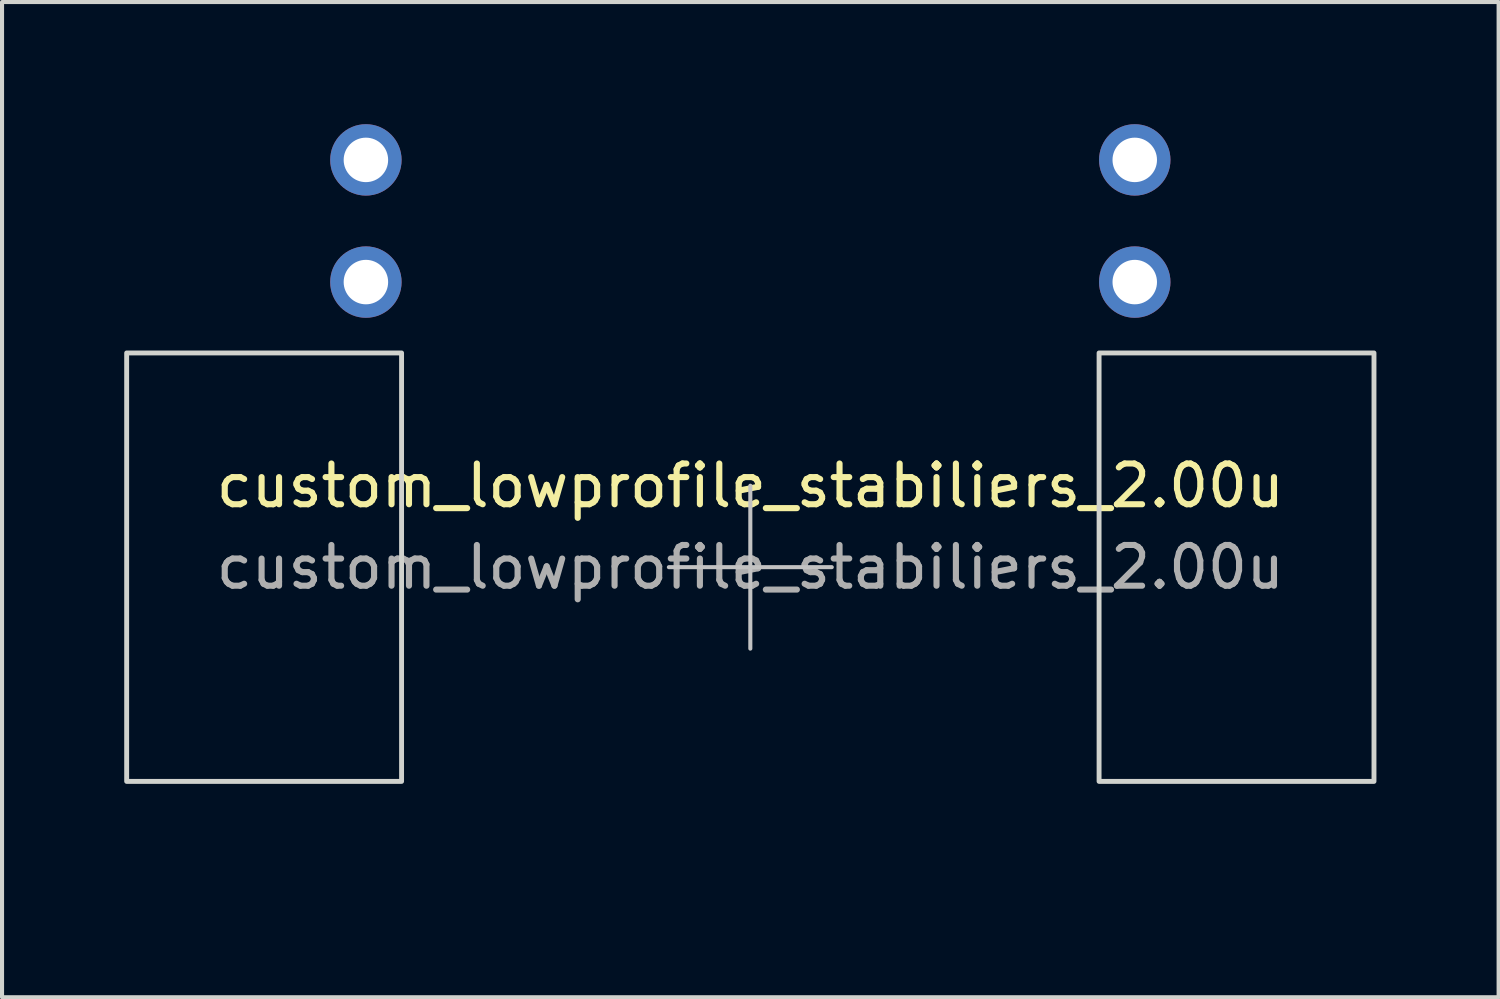
<source format=kicad_pcb>
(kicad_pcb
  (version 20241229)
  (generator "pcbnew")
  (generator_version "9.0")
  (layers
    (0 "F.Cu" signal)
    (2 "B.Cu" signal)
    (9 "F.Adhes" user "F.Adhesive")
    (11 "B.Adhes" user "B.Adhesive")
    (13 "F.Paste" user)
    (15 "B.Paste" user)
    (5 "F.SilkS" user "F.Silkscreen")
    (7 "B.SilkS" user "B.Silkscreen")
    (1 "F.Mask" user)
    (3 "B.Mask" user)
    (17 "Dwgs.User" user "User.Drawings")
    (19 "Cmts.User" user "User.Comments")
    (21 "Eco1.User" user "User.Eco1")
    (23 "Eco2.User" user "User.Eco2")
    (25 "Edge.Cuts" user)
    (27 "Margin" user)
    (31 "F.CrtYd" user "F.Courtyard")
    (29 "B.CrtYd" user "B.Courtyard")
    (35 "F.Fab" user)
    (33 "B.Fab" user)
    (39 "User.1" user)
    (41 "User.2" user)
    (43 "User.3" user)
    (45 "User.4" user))
  (footprint "custom_lowprofile_stabiliers_2.00u"
    (layer "F.Cu")
    (at 15.373 10.876)
    (property "Reference" "custom_lowprofile_stabiliers_2.00u" (at 0 -2 0) (layer "F.SilkS") (effects (font (size 1 1) (thickness 0.15))))
    (attr exclude_from_pos_files exclude_from_bom)
    (fp_line (start -2 0) (end 2 0) (stroke (width 0.1) (type solid)) (layer "Dwgs.User"))
    (fp_line (start 0 2) (end 0 -2) (stroke (width 0.1) (type solid)) (layer "Dwgs.User"))
    (fp_rect (start -8.563 -5.26) (end -15.313 5.26) (stroke (width 0.12) (type default)) (fill no) (layer "Edge.Cuts"))
    (fp_rect (start 8.563 -5.26) (end 15.313 5.26) (stroke (width 0.12) (type default)) (fill no) (layer "Edge.Cuts"))
    (fp_rect (start -7.5 -7.5) (end 7.5 7.5) (stroke (width 0.12) (type default)) (fill no) (layer "User.1"))
    (fp_text user "${REFERENCE}" (at 0 0 0) (layer "F.Fab") (effects (font (size 1 1) (thickness 0.15))))
    (pad "2" thru_hole circle (at -9.439 -7) (size 1.753 1.753) (drill 1.092) (layers "*.Cu" "*.Mask"))
    (pad "3" thru_hole circle (at 9.439 -7) (size 1.753 1.753) (drill 1.092) (layers "*.Cu" "*.Mask"))
    (pad "4" thru_hole circle (at 9.439 -10) (size 1.753 1.753) (drill 1.092) (layers "*.Cu" "*.Mask"))
    (pad "5" thru_hole circle (at -9.439 -10) (size 1.753 1.753) (drill 1.092) (layers "*.Cu" "*.Mask")))
  (gr_rect
    (start -3 -3)
    (end 33.746 21.436)
    (stroke (width 0.1) (type default))
    (fill no)
    (layer "Edge.Cuts")))
</source>
